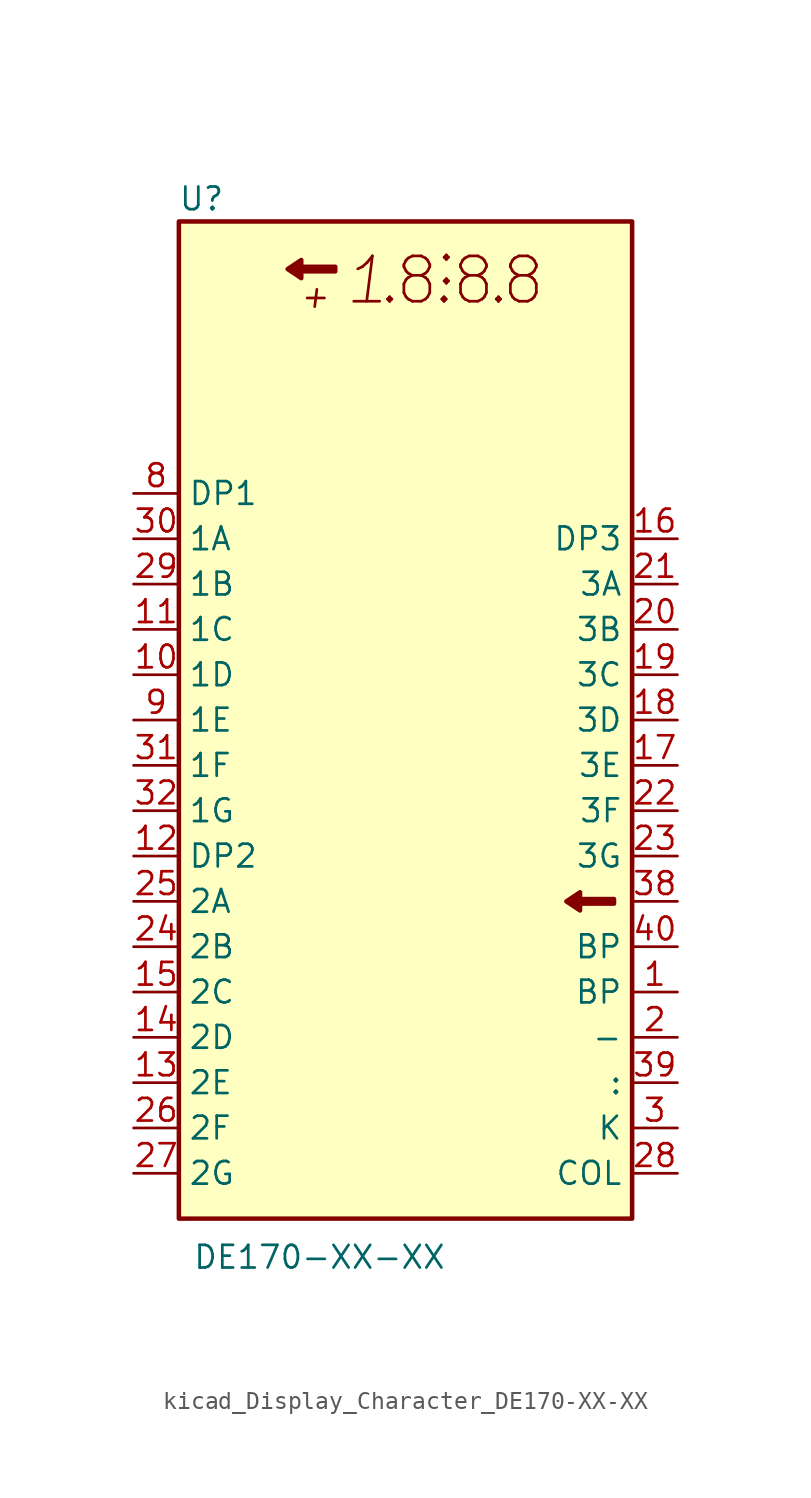
<source format=kicad_sym>
(kicad_symbol_lib
  (version 20220914)
  (generator kicad_symbol_editor)
  (symbol "kicad_Display_Character_DE170-XX-XX"
    (property "Reference" "U"
      (at -11.43 29.21 0)
      (effects (font (size 1.27 1.27))))
    (property "Value" "DE170-XX-XX"
      (at -11.938 -30.099 0)
      (effects (font (size 1.27 1.27)) (justify left)))
    (symbol "kicad_Display_Character_DE170-XX-XX_0_0"
      (text "+" (at -5.08 23.749 0) (effects (font (size 1.27 1.27) italic)))
      (text "." (at -0.889 24.638 0) (effects (font (size 2.54 2.54))))
      (text "." (at 2.159 24.638 0) (effects (font (size 2.54 2.54))))
      (text "." (at 5.207 24.638 0) (effects (font (size 2.54 2.54))))
      (text "1" (at -2.159 24.638 0) (effects (font (size 2.54 2.54) italic)))
      (text "8" (at 0.635 24.638 0) (effects (font (size 2.54 2.54))))
      (text "8" (at 3.81 24.638 0) (effects (font (size 2.54 2.54))))
      (text "8" (at 6.604 24.638 0) (effects (font (size 2.54 2.54))))
      (text ":" (at 2.286 25.654 0) (effects (font (size 2.54 2.54)))))
    (symbol "kicad_Display_Character_DE170-XX-XX_0_1"
      (rectangle (start -12.7 27.94) (end 12.7 -27.94) (stroke (width 0.254) (type default)) (fill (type background)))
      (polyline (pts (xy -3.937 25.4) (xy -3.937 25.146) (xy -5.842 25.146) (xy -5.842 24.765) (xy -6.604 25.273) (xy -5.842 25.781) (xy -5.842 25.4) (xy -3.937 25.4)) (stroke (width 0.254) (type default)) (fill (type outline)))
      (polyline (pts (xy 11.684 -10.033) (xy 11.684 -10.287) (xy 9.779 -10.287) (xy 9.779 -10.668) (xy 9.017 -10.16) (xy 9.779 -9.652) (xy 9.779 -10.033) (xy 11.684 -10.033)) (stroke (width 0.254) (type default)) (fill (type outline))))
    (symbol "kicad_Display_Character_DE170-XX-XX_1_1"
      (pin input line (at 15.24 -15.24 180) (length 2.54) (name "BP" (effects (font (size 1.27 1.27)))) (number "1" (effects (font (size 1.27 1.27)))))
      (pin input line (at -15.24 2.54 0) (length 2.54) (name "1D" (effects (font (size 1.27 1.27)))) (number "10" (effects (font (size 1.27 1.27)))))
      (pin input line (at -15.24 5.08 0) (length 2.54) (name "1C" (effects (font (size 1.27 1.27)))) (number "11" (effects (font (size 1.27 1.27)))))
      (pin input line (at -15.24 -7.62 0) (length 2.54) (name "DP2" (effects (font (size 1.27 1.27)))) (number "12" (effects (font (size 1.27 1.27)))))
      (pin input line (at -15.24 -20.32 0) (length 2.54) (name "2E" (effects (font (size 1.27 1.27)))) (number "13" (effects (font (size 1.27 1.27)))))
      (pin input line (at -15.24 -17.78 0) (length 2.54) (name "2D" (effects (font (size 1.27 1.27)))) (number "14" (effects (font (size 1.27 1.27)))))
      (pin input line (at -15.24 -15.24 0) (length 2.54) (name "2C" (effects (font (size 1.27 1.27)))) (number "15" (effects (font (size 1.27 1.27)))))
      (pin input line (at 15.24 10.16 180) (length 2.54) (name "DP3" (effects (font (size 1.27 1.27)))) (number "16" (effects (font (size 1.27 1.27)))))
      (pin input line (at 15.24 -2.54 180) (length 2.54) (name "3E" (effects (font (size 1.27 1.27)))) (number "17" (effects (font (size 1.27 1.27)))))
      (pin input line (at 15.24 0 180) (length 2.54) (name "3D" (effects (font (size 1.27 1.27)))) (number "18" (effects (font (size 1.27 1.27)))))
      (pin input line (at 15.24 2.54 180) (length 2.54) (name "3C" (effects (font (size 1.27 1.27)))) (number "19" (effects (font (size 1.27 1.27)))))
      (pin input line (at 15.24 -17.78 180) (length 2.54) (name "-" (effects (font (size 1.27 1.27)))) (number "2" (effects (font (size 1.27 1.27)))))
      (pin input line (at 15.24 5.08 180) (length 2.54) (name "3B" (effects (font (size 1.27 1.27)))) (number "20" (effects (font (size 1.27 1.27)))))
      (pin input line (at 15.24 7.62 180) (length 2.54) (name "3A" (effects (font (size 1.27 1.27)))) (number "21" (effects (font (size 1.27 1.27)))))
      (pin input line (at 15.24 -5.08 180) (length 2.54) (name "3F" (effects (font (size 1.27 1.27)))) (number "22" (effects (font (size 1.27 1.27)))))
      (pin input line (at 15.24 -7.62 180) (length 2.54) (name "3G" (effects (font (size 1.27 1.27)))) (number "23" (effects (font (size 1.27 1.27)))))
      (pin input line (at -15.24 -12.7 0) (length 2.54) (name "2B" (effects (font (size 1.27 1.27)))) (number "24" (effects (font (size 1.27 1.27)))))
      (pin input line (at -15.24 -10.16 0) (length 2.54) (name "2A" (effects (font (size 1.27 1.27)))) (number "25" (effects (font (size 1.27 1.27)))))
      (pin input line (at -15.24 -22.86 0) (length 2.54) (name "2F" (effects (font (size 1.27 1.27)))) (number "26" (effects (font (size 1.27 1.27)))))
      (pin input line (at -15.24 -25.4 0) (length 2.54) (name "2G" (effects (font (size 1.27 1.27)))) (number "27" (effects (font (size 1.27 1.27)))))
      (pin input line (at 15.24 -25.4 180) (length 2.54) (name "COL" (effects (font (size 1.27 1.27)))) (number "28" (effects (font (size 1.27 1.27)))))
      (pin input line (at -15.24 7.62 0) (length 2.54) (name "1B" (effects (font (size 1.27 1.27)))) (number "29" (effects (font (size 1.27 1.27)))))
      (pin input line (at 15.24 -22.86 180) (length 2.54) (name "K" (effects (font (size 1.27 1.27)))) (number "3" (effects (font (size 1.27 1.27)))))
      (pin input line (at -15.24 10.16 0) (length 2.54) (name "1A" (effects (font (size 1.27 1.27)))) (number "30" (effects (font (size 1.27 1.27)))))
      (pin input line (at -15.24 -2.54 0) (length 2.54) (name "1F" (effects (font (size 1.27 1.27)))) (number "31" (effects (font (size 1.27 1.27)))))
      (pin input line (at -15.24 -5.08 0) (length 2.54) (name "1G" (effects (font (size 1.27 1.27)))) (number "32" (effects (font (size 1.27 1.27)))))
      (pin no_connect line (at 12.7 12.7 180) (length 2.54) hide (name "NC" (effects (font (size 1.27 1.27)))) (number "33" (effects (font (size 1.27 1.27)))))
      (pin no_connect line (at 12.7 15.24 180) (length 2.54) hide (name "NC" (effects (font (size 1.27 1.27)))) (number "34" (effects (font (size 1.27 1.27)))))
      (pin no_connect line (at 12.7 17.78 180) (length 2.54) hide (name "NC" (effects (font (size 1.27 1.27)))) (number "35" (effects (font (size 1.27 1.27)))))
      (pin no_connect line (at 12.7 20.32 180) (length 2.54) hide (name "NC" (effects (font (size 1.27 1.27)))) (number "36" (effects (font (size 1.27 1.27)))))
      (pin no_connect line (at 12.7 22.86 180) (length 2.54) hide (name "NC" (effects (font (size 1.27 1.27)))) (number "37" (effects (font (size 1.27 1.27)))))
      (pin input line (at 15.24 -10.16 180) (length 2.54) (name "~" (effects (font (size 1.27 1.27)))) (number "38" (effects (font (size 1.27 1.27)))))
      (pin input line (at 15.24 -20.32 180) (length 2.54) (name ":" (effects (font (size 1.27 1.27)))) (number "39" (effects (font (size 1.27 1.27)))))
      (pin no_connect line (at -12.7 22.86 0) (length 2.54) hide (name "NC" (effects (font (size 1.27 1.27)))) (number "4" (effects (font (size 1.27 1.27)))))
      (pin input line (at 15.24 -12.7 180) (length 2.54) (name "BP" (effects (font (size 1.27 1.27)))) (number "40" (effects (font (size 1.27 1.27)))))
      (pin no_connect line (at -12.7 20.32 0) (length 2.54) hide (name "NC" (effects (font (size 1.27 1.27)))) (number "5" (effects (font (size 1.27 1.27)))))
      (pin no_connect line (at -12.7 17.78 0) (length 2.54) hide (name "NC" (effects (font (size 1.27 1.27)))) (number "6" (effects (font (size 1.27 1.27)))))
      (pin no_connect line (at -12.7 15.24 0) (length 2.54) hide (name "NC" (effects (font (size 1.27 1.27)))) (number "7" (effects (font (size 1.27 1.27)))))
      (pin input line (at -15.24 12.7 0) (length 2.54) (name "DP1" (effects (font (size 1.27 1.27)))) (number "8" (effects (font (size 1.27 1.27)))))
      (pin input line (at -15.24 0 0) (length 2.54) (name "1E" (effects (font (size 1.27 1.27)))) (number "9" (effects (font (size 1.27 1.27))))))))
</source>
